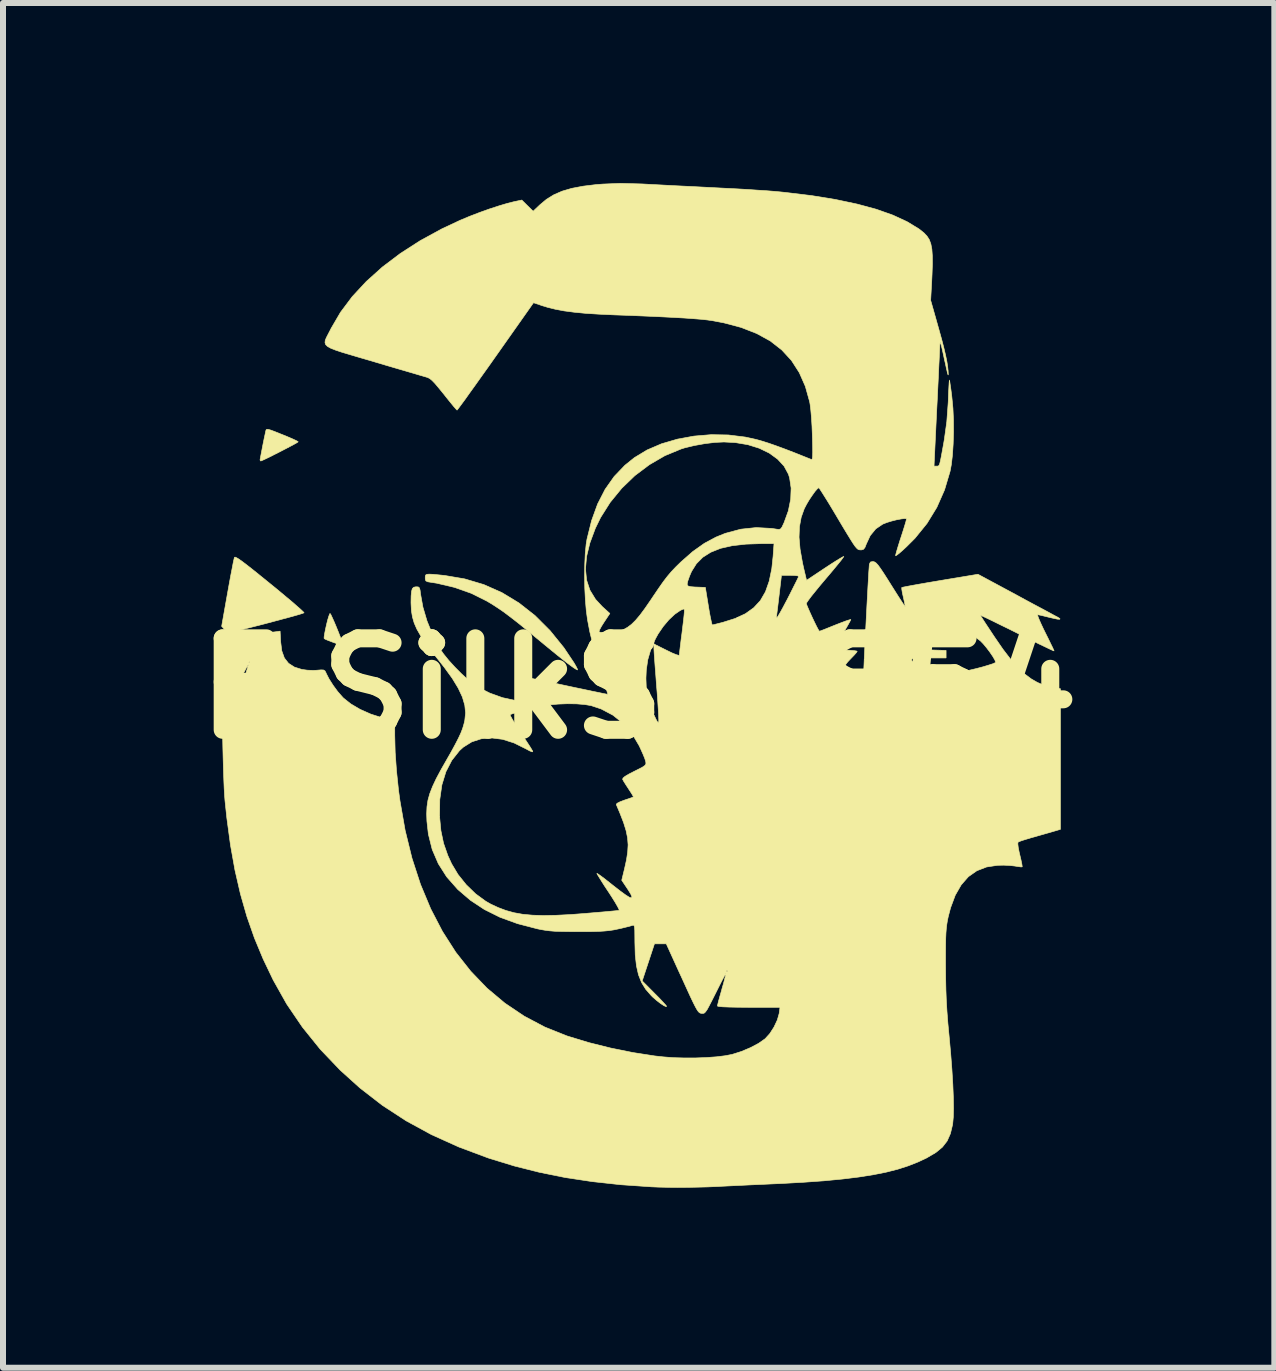
<source format=kicad_pcb>
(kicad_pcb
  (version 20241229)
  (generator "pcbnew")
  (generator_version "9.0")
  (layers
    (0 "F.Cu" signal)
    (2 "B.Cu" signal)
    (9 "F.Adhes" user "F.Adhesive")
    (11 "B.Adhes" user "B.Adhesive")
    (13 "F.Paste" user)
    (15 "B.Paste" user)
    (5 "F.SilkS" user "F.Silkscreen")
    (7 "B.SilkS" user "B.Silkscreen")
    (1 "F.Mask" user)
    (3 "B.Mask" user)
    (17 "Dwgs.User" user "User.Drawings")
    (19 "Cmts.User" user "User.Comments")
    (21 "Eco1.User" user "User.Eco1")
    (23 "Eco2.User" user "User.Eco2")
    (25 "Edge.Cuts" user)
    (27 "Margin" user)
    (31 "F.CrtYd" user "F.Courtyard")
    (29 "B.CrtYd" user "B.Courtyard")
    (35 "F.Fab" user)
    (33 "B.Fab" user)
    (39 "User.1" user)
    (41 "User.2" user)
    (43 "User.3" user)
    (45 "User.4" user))
  (footprint "F.SilkS_g854"
    (layer "F.Cu")
    (at 7.591 8.42)
    (property "Reference" "F.SilkS_g854" (at 0 0 0) (layer "F.SilkS") (effects (font (size 1.524 1.524) (thickness 0.3))))
    (attr through_hole)
    (fp_poly (pts (xy -5.129 -1.231) (xy -5.106 -1.182) (xy -5.074 -1.111) (xy -5.039 -1.028) (xy -5.004 -0.942) (xy -4.972 -0.86) (xy -4.947 -0.794) (xy -4.933 -0.75) (xy -4.932 -0.741) (xy -4.934 -0.727) (xy -4.947 -0.723) (xy -4.978 -0.73) (xy -5.035 -0.748) (xy -5.094 -0.769) (xy -5.164 -0.795) (xy -5.216 -0.817) (xy -5.24 -0.83) (xy -5.241 -0.855) (xy -5.233 -0.909) (xy -5.219 -0.981) (xy -5.201 -1.062) (xy -5.182 -1.139) (xy -5.163 -1.202) (xy -5.148 -1.242) (xy -5.142 -1.249) (xy -5.129 -1.231)) (stroke (width 0.01) (type solid)) (fill yes) (layer "F.SilkS"))
    (fp_poly (pts (xy -6.171 -4.316) (xy -6.129 -4.304) (xy -6.062 -4.279) (xy -5.963 -4.239) (xy -5.937 -4.229) (xy -5.84 -4.189) (xy -5.759 -4.154) (xy -5.701 -4.127) (xy -5.674 -4.111) (xy -5.673 -4.109) (xy -5.69 -4.096) (xy -5.738 -4.069) (xy -5.809 -4.031) (xy -5.895 -3.986) (xy -5.988 -3.938) (xy -6.081 -3.891) (xy -6.166 -3.848) (xy -6.236 -3.815) (xy -6.282 -3.794) (xy -6.297 -3.789) (xy -6.308 -3.805) (xy -6.308 -3.808) (xy -6.304 -3.834) (xy -6.293 -3.892) (xy -6.278 -3.97) (xy -6.261 -4.059) (xy -6.243 -4.148) (xy -6.226 -4.227) (xy -6.214 -4.285) (xy -6.213 -4.29) (xy -6.207 -4.308) (xy -6.195 -4.317) (xy -6.171 -4.316)) (stroke (width 0.01) (type solid)) (fill yes) (layer "F.SilkS"))
    (fp_poly (pts (xy -6.702 -2.179) (xy -6.663 -2.156) (xy -6.605 -2.115) (xy -6.526 -2.055) (xy -6.423 -1.974) (xy -6.293 -1.869) (xy -6.145 -1.749) (xy -6.011 -1.64) (xy -5.889 -1.538) (xy -5.781 -1.448) (xy -5.693 -1.371) (xy -5.626 -1.312) (xy -5.586 -1.274) (xy -5.575 -1.26) (xy -5.596 -1.252) (xy -5.651 -1.234) (xy -5.735 -1.21) (xy -5.843 -1.18) (xy -5.967 -1.147) (xy -6.101 -1.111) (xy -6.24 -1.074) (xy -6.377 -1.039) (xy -6.507 -1.006) (xy -6.623 -0.977) (xy -6.718 -0.954) (xy -6.788 -0.939) (xy -6.826 -0.932) (xy -6.828 -0.932) (xy -6.857 -0.946) (xy -6.896 -0.98) (xy -6.9 -0.983) (xy -6.948 -1.035) (xy -6.849 -1.592) (xy -6.822 -1.742) (xy -6.797 -1.879) (xy -6.774 -1.997) (xy -6.756 -2.092) (xy -6.742 -2.156) (xy -6.735 -2.183) (xy -6.725 -2.188) (xy -6.702 -2.179)) (stroke (width 0.01) (type solid)) (fill yes) (layer "F.SilkS"))
    (fp_poly (pts (xy -3.427 -1.901) (xy -3.332 -1.892) (xy -3.234 -1.882) (xy -2.899 -1.825) (xy -2.58 -1.73) (xy -2.278 -1.596) (xy -1.993 -1.423) (xy -1.726 -1.213) (xy -1.477 -0.964) (xy -1.246 -0.679) (xy -1.078 -0.428) (xy -1.044 -0.369) (xy -1.022 -0.325) (xy -1.019 -0.308) (xy -1.038 -0.316) (xy -1.084 -0.345) (xy -1.146 -0.39) (xy -1.189 -0.422) (xy -1.254 -0.473) (xy -1.344 -0.545) (xy -1.451 -0.632) (xy -1.568 -0.728) (xy -1.688 -0.827) (xy -1.728 -0.86) (xy -1.892 -0.996) (xy -2.031 -1.108) (xy -2.15 -1.2) (xy -2.254 -1.278) (xy -2.351 -1.344) (xy -2.445 -1.405) (xy -2.533 -1.457) (xy -2.79 -1.585) (xy -3.071 -1.684) (xy -3.364 -1.753) (xy -3.455 -1.767) (xy -3.516 -1.777) (xy -3.546 -1.792) (xy -3.555 -1.82) (xy -3.556 -1.843) (xy -3.555 -1.871) (xy -3.548 -1.89) (xy -3.528 -1.901) (xy -3.49 -1.904) (xy -3.427 -1.901)) (stroke (width 0.01) (type solid)) (fill yes) (layer "F.SilkS"))
    (fp_poly (pts (xy 0.03 -8.406) (xy 0.064 -8.405) (xy 0.207 -8.397) (xy 0.379 -8.388) (xy 0.562 -8.378) (xy 0.744 -8.369) (xy 0.889 -8.362) (xy 1.178 -8.347) (xy 1.428 -8.334) (xy 1.645 -8.323) (xy 1.832 -8.312) (xy 1.994 -8.301) (xy 2.134 -8.292) (xy 2.257 -8.282) (xy 2.366 -8.272) (xy 2.443 -8.264) (xy 2.882 -8.211) (xy 3.281 -8.146) (xy 3.64 -8.07) (xy 3.958 -7.984) (xy 4.235 -7.886) (xy 4.471 -7.777) (xy 4.667 -7.658) (xy 4.691 -7.64) (xy 4.754 -7.589) (xy 4.804 -7.536) (xy 4.842 -7.477) (xy 4.868 -7.407) (xy 4.885 -7.319) (xy 4.893 -7.208) (xy 4.894 -7.07) (xy 4.888 -6.898) (xy 4.882 -6.773) (xy 4.865 -6.466) (xy 4.943 -6.191) (xy 5.002 -5.982) (xy 5.05 -5.809) (xy 5.087 -5.666) (xy 5.114 -5.55) (xy 5.134 -5.454) (xy 5.147 -5.375) (xy 5.154 -5.307) (xy 5.155 -5.304) (xy 5.158 -5.25) (xy 5.158 -5.224) (xy 5.153 -5.228) (xy 5.143 -5.265) (xy 5.126 -5.338) (xy 5.102 -5.449) (xy 5.101 -5.45) (xy 5.073 -5.581) (xy 5.052 -5.674) (xy 5.037 -5.733) (xy 5.028 -5.761) (xy 5.022 -5.763) (xy 5.019 -5.742) (xy 5.017 -5.704) (xy 5.015 -5.666) (xy 5.012 -5.59) (xy 5.007 -5.481) (xy 5 -5.344) (xy 4.993 -5.184) (xy 4.984 -5.005) (xy 4.975 -4.812) (xy 4.967 -4.662) (xy 4.921 -3.704) (xy 4.966 -3.704) (xy 4.982 -3.704) (xy 4.995 -3.708) (xy 5.006 -3.72) (xy 5.016 -3.745) (xy 5.027 -3.79) (xy 5.041 -3.859) (xy 5.059 -3.957) (xy 5.083 -4.09) (xy 5.093 -4.149) (xy 5.134 -4.445) (xy 5.157 -4.759) (xy 5.159 -4.8) (xy 5.163 -4.915) (xy 5.168 -5.012) (xy 5.172 -5.086) (xy 5.176 -5.129) (xy 5.178 -5.137) (xy 5.183 -5.115) (xy 5.191 -5.059) (xy 5.203 -4.976) (xy 5.216 -4.875) (xy 5.219 -4.846) (xy 5.236 -4.669) (xy 5.245 -4.475) (xy 5.246 -4.273) (xy 5.24 -4.075) (xy 5.228 -3.889) (xy 5.209 -3.727) (xy 5.189 -3.619) (xy 5.096 -3.307) (xy 4.968 -3.017) (xy 4.804 -2.749) (xy 4.603 -2.501) (xy 4.467 -2.365) (xy 4.397 -2.3) (xy 4.338 -2.249) (xy 4.297 -2.218) (xy 4.281 -2.21) (xy 4.284 -2.232) (xy 4.299 -2.288) (xy 4.323 -2.368) (xy 4.354 -2.468) (xy 4.371 -2.519) (xy 4.405 -2.624) (xy 4.433 -2.714) (xy 4.453 -2.782) (xy 4.462 -2.821) (xy 4.462 -2.827) (xy 4.433 -2.831) (xy 4.375 -2.824) (xy 4.299 -2.81) (xy 4.216 -2.789) (xy 4.137 -2.765) (xy 4.073 -2.74) (xy 4.068 -2.738) (xy 3.951 -2.659) (xy 3.858 -2.546) (xy 3.794 -2.409) (xy 3.77 -2.348) (xy 3.746 -2.318) (xy 3.714 -2.308) (xy 3.694 -2.308) (xy 3.674 -2.31) (xy 3.655 -2.317) (xy 3.634 -2.335) (xy 3.607 -2.366) (xy 3.573 -2.415) (xy 3.528 -2.486) (xy 3.469 -2.582) (xy 3.393 -2.708) (xy 3.323 -2.826) (xy 3.244 -2.959) (xy 3.171 -3.08) (xy 3.107 -3.183) (xy 3.056 -3.264) (xy 3.02 -3.319) (xy 3.002 -3.343) (xy 3.001 -3.344) (xy 2.978 -3.327) (xy 2.939 -3.283) (xy 2.893 -3.219) (xy 2.843 -3.145) (xy 2.798 -3.069) (xy 2.762 -3) (xy 2.76 -2.997) (xy 2.708 -2.852) (xy 2.679 -2.695) (xy 2.672 -2.52) (xy 2.689 -2.322) (xy 2.729 -2.095) (xy 2.751 -1.996) (xy 2.797 -1.801) (xy 3.103 -2.005) (xy 3.202 -2.07) (xy 3.29 -2.126) (xy 3.359 -2.168) (xy 3.403 -2.193) (xy 3.418 -2.199) (xy 3.407 -2.181) (xy 3.373 -2.135) (xy 3.318 -2.067) (xy 3.247 -1.981) (xy 3.163 -1.881) (xy 3.111 -1.82) (xy 3.02 -1.712) (xy 2.94 -1.614) (xy 2.873 -1.531) (xy 2.825 -1.466) (xy 2.798 -1.426) (xy 2.794 -1.416) (xy 2.802 -1.388) (xy 2.825 -1.333) (xy 2.857 -1.26) (xy 2.894 -1.179) (xy 2.932 -1.099) (xy 2.967 -1.028) (xy 2.995 -0.976) (xy 3.011 -0.953) (xy 3.012 -0.953) (xy 3.033 -0.96) (xy 3.086 -0.98) (xy 3.163 -1.011) (xy 3.257 -1.049) (xy 3.277 -1.057) (xy 3.372 -1.094) (xy 3.452 -1.124) (xy 3.508 -1.142) (xy 3.534 -1.148) (xy 3.535 -1.147) (xy 3.524 -1.124) (xy 3.496 -1.073) (xy 3.454 -0.999) (xy 3.402 -0.911) (xy 3.388 -0.889) (xy 3.242 -0.646) (xy 3.441 -0.64) (xy 3.527 -0.635) (xy 3.595 -0.629) (xy 3.634 -0.622) (xy 3.641 -0.618) (xy 3.627 -0.596) (xy 3.59 -0.554) (xy 3.538 -0.5) (xy 3.535 -0.497) (xy 3.482 -0.441) (xy 3.444 -0.392) (xy 3.429 -0.361) (xy 3.429 -0.361) (xy 3.438 -0.324) (xy 3.46 -0.265) (xy 3.481 -0.217) (xy 3.533 -0.106) (xy 3.64 -0.106) (xy 3.703 -0.107) (xy 3.734 -0.115) (xy 3.745 -0.138) (xy 3.746 -0.175) (xy 3.747 -0.219) (xy 3.75 -0.298) (xy 3.755 -0.407) (xy 3.758 -0.477) (xy 4.544 -0.477) (xy 4.561 -0.45) (xy 4.608 -0.411) (xy 4.668 -0.369) (xy 4.769 -0.309) (xy 4.873 -0.267) (xy 4.987 -0.245) (xy 5.115 -0.241) (xy 5.265 -0.255) (xy 5.442 -0.287) (xy 5.627 -0.331) (xy 5.737 -0.36) (xy 5.83 -0.388) (xy 5.901 -0.411) (xy 5.941 -0.429) (xy 5.948 -0.436) (xy 5.935 -0.473) (xy 5.901 -0.532) (xy 5.852 -0.604) (xy 5.796 -0.678) (xy 5.74 -0.745) (xy 5.695 -0.791) (xy 5.575 -0.882) (xy 5.452 -0.936) (xy 5.314 -0.96) (xy 5.249 -0.963) (xy 5.159 -0.96) (xy 5.093 -0.951) (xy 5.037 -0.93) (xy 4.992 -0.905) (xy 4.922 -0.855) (xy 4.847 -0.79) (xy 4.805 -0.746) (xy 4.716 -0.646) (xy 5.122 -0.633) (xy 5.122 -0.508) (xy 4.827 -0.508) (xy 4.699 -0.507) (xy 4.61 -0.503) (xy 4.56 -0.494) (xy 4.544 -0.477) (xy 3.758 -0.477) (xy 3.761 -0.54) (xy 3.768 -0.692) (xy 3.776 -0.857) (xy 3.785 -1.03) (xy 3.794 -1.206) (xy 3.803 -1.38) (xy 3.812 -1.545) (xy 3.82 -1.697) (xy 3.828 -1.83) (xy 3.834 -1.939) (xy 3.84 -2.019) (xy 3.843 -2.064) (xy 3.844 -2.07) (xy 3.861 -2.106) (xy 3.899 -2.114) (xy 3.911 -2.113) (xy 3.933 -2.106) (xy 3.958 -2.088) (xy 3.989 -2.054) (xy 4.029 -1.999) (xy 4.082 -1.92) (xy 4.151 -1.812) (xy 4.201 -1.732) (xy 4.271 -1.621) (xy 4.333 -1.523) (xy 4.384 -1.445) (xy 4.42 -1.39) (xy 4.439 -1.365) (xy 4.44 -1.364) (xy 4.438 -1.386) (xy 4.428 -1.438) (xy 4.412 -1.51) (xy 4.41 -1.52) (xy 4.393 -1.595) (xy 4.384 -1.652) (xy 4.383 -1.68) (xy 4.384 -1.681) (xy 4.406 -1.687) (xy 4.465 -1.699) (xy 4.556 -1.716) (xy 4.673 -1.737) (xy 4.81 -1.761) (xy 4.964 -1.787) (xy 5.023 -1.797) (xy 5.653 -1.902) (xy 6.293 -1.558) (xy 6.445 -1.475) (xy 6.588 -1.398) (xy 6.716 -1.33) (xy 6.824 -1.272) (xy 6.908 -1.226) (xy 6.962 -1.197) (xy 6.982 -1.187) (xy 7.019 -1.163) (xy 7.017 -1.152) (xy 6.977 -1.154) (xy 6.901 -1.17) (xy 6.841 -1.184) (xy 6.76 -1.204) (xy 6.693 -1.22) (xy 6.653 -1.227) (xy 6.648 -1.228) (xy 6.649 -1.21) (xy 6.667 -1.161) (xy 6.699 -1.087) (xy 6.742 -0.995) (xy 6.773 -0.932) (xy 6.824 -0.83) (xy 6.867 -0.741) (xy 6.9 -0.674) (xy 6.918 -0.633) (xy 6.921 -0.625) (xy 6.903 -0.631) (xy 6.852 -0.654) (xy 6.771 -0.693) (xy 6.666 -0.743) (xy 6.541 -0.805) (xy 6.401 -0.874) (xy 6.308 -0.921) (xy 6.16 -0.995) (xy 6.024 -1.061) (xy 5.907 -1.119) (xy 5.81 -1.166) (xy 5.74 -1.199) (xy 5.701 -1.217) (xy 5.694 -1.219) (xy 5.705 -1.199) (xy 5.736 -1.15) (xy 5.784 -1.076) (xy 5.845 -0.984) (xy 5.915 -0.878) (xy 5.931 -0.854) (xy 6.07 -0.652) (xy 6.198 -0.485) (xy 6.316 -0.35) (xy 6.43 -0.242) (xy 6.542 -0.158) (xy 6.641 -0.101) (xy 6.74 -0.058) (xy 6.84 -0.025) (xy 6.911 -0.01) (xy 7.027 0.005) (xy 7.027 2.348) (xy 6.884 2.39) (xy 6.797 2.415) (xy 6.688 2.446) (xy 6.576 2.478) (xy 6.54 2.488) (xy 6.453 2.514) (xy 6.38 2.537) (xy 6.333 2.555) (xy 6.321 2.562) (xy 6.317 2.589) (xy 6.324 2.649) (xy 6.34 2.73) (xy 6.35 2.772) (xy 6.37 2.857) (xy 6.384 2.924) (xy 6.39 2.965) (xy 6.39 2.973) (xy 6.366 2.974) (xy 6.314 2.967) (xy 6.265 2.959) (xy 6.184 2.95) (xy 6.083 2.945) (xy 5.983 2.947) (xy 5.98 2.947) (xy 5.796 2.975) (xy 5.634 3.038) (xy 5.493 3.137) (xy 5.374 3.273) (xy 5.275 3.445) (xy 5.197 3.654) (xy 5.158 3.802) (xy 5.144 3.869) (xy 5.134 3.931) (xy 5.126 3.997) (xy 5.12 4.072) (xy 5.116 4.162) (xy 5.114 4.276) (xy 5.113 4.418) (xy 5.113 4.596) (xy 5.113 4.604) (xy 5.115 4.827) (xy 5.119 5.022) (xy 5.126 5.203) (xy 5.137 5.384) (xy 5.152 5.579) (xy 5.171 5.779) (xy 5.198 6.076) (xy 5.219 6.349) (xy 5.234 6.595) (xy 5.243 6.812) (xy 5.246 6.996) (xy 5.242 7.144) (xy 5.232 7.254) (xy 5.23 7.268) (xy 5.194 7.418) (xy 5.14 7.54) (xy 5.061 7.642) (xy 4.952 7.732) (xy 4.806 7.818) (xy 4.806 7.819) (xy 4.655 7.89) (xy 4.493 7.954) (xy 4.316 8.011) (xy 4.119 8.061) (xy 3.902 8.104) (xy 3.659 8.142) (xy 3.388 8.175) (xy 3.086 8.204) (xy 2.749 8.228) (xy 2.374 8.249) (xy 2.212 8.256) (xy 2.04 8.264) (xy 1.857 8.272) (xy 1.673 8.281) (xy 1.503 8.289) (xy 1.359 8.296) (xy 1.333 8.298) (xy 1.141 8.306) (xy 0.932 8.311) (xy 0.719 8.314) (xy 0.514 8.313) (xy 0.329 8.309) (xy 0.212 8.304) (xy -0.298 8.269) (xy -0.774 8.217) (xy -1.224 8.149) (xy -1.654 8.062) (xy -2.071 7.957) (xy -2.483 7.831) (xy -2.51 7.822) (xy -2.997 7.64) (xy -3.451 7.435) (xy -3.875 7.204) (xy -4.272 6.945) (xy -4.645 6.656) (xy -4.972 6.361) (xy -5.306 6.011) (xy -5.602 5.644) (xy -5.865 5.257) (xy -6.089 4.858) (xy -6.256 4.509) (xy -6.402 4.158) (xy -6.528 3.798) (xy -6.635 3.424) (xy -6.726 3.029) (xy -6.801 2.609) (xy -6.862 2.156) (xy -6.892 1.873) (xy -6.899 1.785) (xy -6.906 1.666) (xy -6.912 1.521) (xy -6.918 1.355) (xy -6.923 1.172) (xy -6.928 0.976) (xy -6.932 0.771) (xy -6.935 0.561) (xy -6.938 0.351) (xy -6.94 0.145) (xy -6.941 -0.019) (xy -6.689 -0.019) (xy -6.685 -0.003) (xy -6.669 0) (xy -6.647 -0.008) (xy -6.625 -0.038) (xy -6.599 -0.094) (xy -6.567 -0.185) (xy -6.564 -0.194) (xy -6.537 -0.278) (xy -6.516 -0.345) (xy -6.505 -0.386) (xy -6.505 -0.395) (xy -6.516 -0.379) (xy -6.541 -0.334) (xy -6.577 -0.265) (xy -6.61 -0.2) (xy -6.654 -0.111) (xy -6.679 -0.053) (xy -6.689 -0.019) (xy -6.941 -0.019) (xy -6.941 -0.052) (xy -6.942 -0.237) (xy -6.941 -0.406) (xy -6.941 -0.434) (xy -6.498 -0.434) (xy -6.488 -0.423) (xy -6.477 -0.434) (xy -6.488 -0.445) (xy -6.498 -0.434) (xy -6.941 -0.434) (xy -6.94 -0.553) (xy -6.937 -0.675) (xy -6.934 -0.767) (xy -6.929 -0.826) (xy -6.924 -0.847) (xy -6.924 -0.847) (xy -6.895 -0.849) (xy -6.833 -0.855) (xy -6.744 -0.865) (xy -6.637 -0.876) (xy -6.52 -0.889) (xy -6.4 -0.902) (xy -6.286 -0.915) (xy -6.186 -0.927) (xy -6.107 -0.937) (xy -6.062 -0.942) (xy -5.974 -0.954) (xy -5.965 -0.778) (xy -5.946 -0.626) (xy -5.903 -0.507) (xy -5.833 -0.418) (xy -5.735 -0.355) (xy -5.61 -0.316) (xy -5.521 -0.304) (xy -5.42 -0.3) (xy -5.364 -0.303) (xy -5.292 -0.309) (xy -5.25 -0.307) (xy -5.227 -0.293) (xy -5.211 -0.264) (xy -5.206 -0.251) (xy -5.159 -0.159) (xy -5.091 -0.052) (xy -5.014 0.053) (xy -4.936 0.142) (xy -4.919 0.16) (xy -4.796 0.258) (xy -4.641 0.349) (xy -4.463 0.428) (xy -4.273 0.489) (xy -4.143 0.519) (xy -4.064 0.534) (xy -4.064 0.784) (xy -4.057 1.064) (xy -4.035 1.372) (xy -4.001 1.697) (xy -3.977 1.873) (xy -3.891 2.365) (xy -3.777 2.829) (xy -3.635 3.265) (xy -3.465 3.672) (xy -3.269 4.049) (xy -3.047 4.396) (xy -2.799 4.711) (xy -2.527 4.994) (xy -2.229 5.244) (xy -1.908 5.46) (xy -1.564 5.642) (xy -1.197 5.789) (xy -1.175 5.796) (xy -0.83 5.901) (xy -0.465 5.992) (xy -0.094 6.067) (xy 0.266 6.123) (xy 0.411 6.139) (xy 0.577 6.152) (xy 0.757 6.157) (xy 0.944 6.157) (xy 1.126 6.15) (xy 1.295 6.138) (xy 1.441 6.12) (xy 1.555 6.098) (xy 1.556 6.098) (xy 1.714 6.048) (xy 1.865 5.984) (xy 1.999 5.913) (xy 2.104 5.839) (xy 2.108 5.836) (xy 2.185 5.751) (xy 2.255 5.642) (xy 2.31 5.525) (xy 2.341 5.417) (xy 2.342 5.41) (xy 2.355 5.313) (xy 1.834 5.313) (xy 1.648 5.312) (xy 1.504 5.309) (xy 1.401 5.305) (xy 1.337 5.299) (xy 1.313 5.292) (xy 1.312 5.29) (xy 1.318 5.262) (xy 1.333 5.202) (xy 1.356 5.119) (xy 1.384 5.021) (xy 1.386 5.011) (xy 1.414 4.914) (xy 1.435 4.833) (xy 1.45 4.775) (xy 1.454 4.75) (xy 1.454 4.749) (xy 1.443 4.765) (xy 1.417 4.813) (xy 1.378 4.887) (xy 1.33 4.982) (xy 1.28 5.082) (xy 1.219 5.203) (xy 1.174 5.29) (xy 1.141 5.351) (xy 1.115 5.388) (xy 1.095 5.408) (xy 1.075 5.415) (xy 1.052 5.415) (xy 1.049 5.414) (xy 1.03 5.411) (xy 1.013 5.403) (xy 0.994 5.385) (xy 0.972 5.353) (xy 0.945 5.305) (xy 0.909 5.234) (xy 0.863 5.138) (xy 0.805 5.011) (xy 0.732 4.851) (xy 0.723 4.831) (xy 0.667 4.71) (xy 1.46 4.71) (xy 1.471 4.72) (xy 1.482 4.71) (xy 1.471 4.699) (xy 1.46 4.71) (xy 0.667 4.71) (xy 0.46 4.255) (xy 0.263 4.255) (xy 0.059 4.873) (xy 0.262 5.078) (xy 0.337 5.153) (xy 0.399 5.219) (xy 0.443 5.267) (xy 0.465 5.294) (xy 0.466 5.297) (xy 0.451 5.3) (xy 0.413 5.281) (xy 0.359 5.245) (xy 0.297 5.197) (xy 0.235 5.143) (xy 0.209 5.117) (xy 0.118 5.013) (xy 0.048 4.9) (xy -0.003 4.771) (xy -0.037 4.621) (xy -0.057 4.442) (xy -0.063 4.229) (xy -0.063 4.226) (xy -0.064 4.109) (xy -0.065 4.029) (xy -0.069 3.979) (xy -0.076 3.953) (xy -0.086 3.944) (xy -0.101 3.947) (xy -0.137 3.958) (xy -0.203 3.975) (xy -0.288 3.996) (xy -0.339 4.007) (xy -0.414 4.023) (xy -0.487 4.034) (xy -0.566 4.042) (xy -0.659 4.048) (xy -0.774 4.051) (xy -0.919 4.052) (xy -1.005 4.052) (xy -1.167 4.051) (xy -1.295 4.049) (xy -1.398 4.046) (xy -1.483 4.039) (xy -1.56 4.029) (xy -1.636 4.016) (xy -1.693 4.004) (xy -2.019 3.919) (xy -2.31 3.813) (xy -2.571 3.683) (xy -2.804 3.529) (xy -3.015 3.348) (xy -3.021 3.341) (xy -3.199 3.139) (xy -3.338 2.92) (xy -3.44 2.683) (xy -3.504 2.427) (xy -3.528 2.212) (xy -3.531 2.126) (xy -3.317 2.126) (xy -3.317 2.138) (xy -3.295 2.37) (xy -3.251 2.58) (xy -3.18 2.783) (xy -3.117 2.921) (xy -3.01 3.1) (xy -2.873 3.271) (xy -2.716 3.423) (xy -2.548 3.546) (xy -2.466 3.593) (xy -2.339 3.652) (xy -2.211 3.7) (xy -2.077 3.737) (xy -1.932 3.763) (xy -1.77 3.778) (xy -1.588 3.784) (xy -1.379 3.78) (xy -1.139 3.768) (xy -0.862 3.747) (xy -0.855 3.746) (xy -0.713 3.734) (xy -0.583 3.723) (xy -0.474 3.713) (xy -0.39 3.705) (xy -0.339 3.7) (xy -0.325 3.699) (xy -0.328 3.68) (xy -0.352 3.633) (xy -0.393 3.562) (xy -0.448 3.474) (xy -0.502 3.391) (xy -0.568 3.292) (xy -0.623 3.205) (xy -0.665 3.137) (xy -0.691 3.094) (xy -0.696 3.081) (xy -0.678 3.091) (xy -0.632 3.123) (xy -0.565 3.173) (xy -0.483 3.238) (xy -0.426 3.283) (xy -0.305 3.377) (xy -0.214 3.443) (xy -0.153 3.481) (xy -0.119 3.491) (xy -0.113 3.472) (xy -0.132 3.426) (xy -0.177 3.353) (xy -0.183 3.344) (xy -0.282 3.196) (xy -0.237 3.011) (xy -0.203 2.858) (xy -0.183 2.726) (xy -0.176 2.606) (xy -0.185 2.49) (xy -0.21 2.368) (xy -0.252 2.233) (xy -0.313 2.076) (xy -0.373 1.934) (xy -0.36 1.914) (xy -0.311 1.889) (xy -0.24 1.862) (xy -0.168 1.838) (xy -0.114 1.819) (xy -0.089 1.809) (xy -0.088 1.809) (xy -0.096 1.789) (xy -0.122 1.745) (xy -0.162 1.684) (xy -0.168 1.674) (xy -0.212 1.607) (xy -0.248 1.55) (xy -0.267 1.516) (xy -0.267 1.515) (xy -0.261 1.494) (xy -0.227 1.465) (xy -0.161 1.426) (xy -0.075 1.382) (xy 0.015 1.337) (xy 0.074 1.305) (xy 0.106 1.281) (xy 0.12 1.259) (xy 0.12 1.235) (xy 0.117 1.217) (xy 0.103 1.171) (xy 0.074 1.099) (xy 0.035 1.012) (xy 0.009 0.956) (xy -0.111 0.753) (xy -0.258 0.582) (xy -0.43 0.445) (xy -0.625 0.342) (xy -0.793 0.286) (xy -0.9 0.268) (xy -1.036 0.257) (xy -1.188 0.255) (xy -1.343 0.261) (xy -1.49 0.275) (xy -1.569 0.287) (xy -1.653 0.304) (xy -1.751 0.327) (xy -1.855 0.353) (xy -1.956 0.379) (xy -2.044 0.404) (xy -2.109 0.424) (xy -2.142 0.437) (xy -2.136 0.457) (xy -2.11 0.505) (xy -2.067 0.577) (xy -2.011 0.665) (xy -1.967 0.732) (xy -1.902 0.831) (xy -1.844 0.919) (xy -1.799 0.989) (xy -1.771 1.036) (xy -1.764 1.05) (xy -1.773 1.057) (xy -1.813 1.042) (xy -1.878 1.007) (xy -2.075 0.909) (xy -2.267 0.848) (xy -2.45 0.825) (xy -2.622 0.839) (xy -2.78 0.89) (xy -2.921 0.978) (xy -2.985 1.036) (xy -3.114 1.199) (xy -3.212 1.389) (xy -3.279 1.608) (xy -3.314 1.853) (xy -3.317 2.126) (xy -3.531 2.126) (xy -3.532 2.086) (xy -3.527 1.972) (xy -3.511 1.864) (xy -3.481 1.755) (xy -3.435 1.636) (xy -3.372 1.502) (xy -3.288 1.345) (xy -3.213 1.214) (xy -3.124 1.058) (xy -3.055 0.931) (xy -3.002 0.828) (xy -2.962 0.742) (xy -2.933 0.667) (xy -2.912 0.596) (xy -2.897 0.534) (xy -2.884 0.408) (xy -2.897 0.28) (xy -2.937 0.143) (xy -3.006 -0.004) (xy -3.105 -0.167) (xy -3.237 -0.349) (xy -3.303 -0.433) (xy -3.438 -0.604) (xy -3.547 -0.749) (xy -3.631 -0.875) (xy -3.695 -0.987) (xy -3.74 -1.09) (xy -3.769 -1.19) (xy -3.786 -1.293) (xy -3.792 -1.404) (xy -3.793 -1.432) (xy -3.791 -1.542) (xy -3.784 -1.617) (xy -3.771 -1.663) (xy -3.747 -1.686) (xy -3.712 -1.693) (xy -3.706 -1.693) (xy -3.672 -1.691) (xy -3.653 -1.675) (xy -3.642 -1.638) (xy -3.634 -1.572) (xy -3.595 -1.355) (xy -3.527 -1.125) (xy -3.432 -0.892) (xy -3.317 -0.67) (xy -3.253 -0.577) (xy -3.165 -0.468) (xy -3.061 -0.354) (xy -2.951 -0.243) (xy -2.841 -0.143) (xy -2.741 -0.063) (xy -2.683 -0.024) (xy -2.48 0.078) (xy -2.269 0.154) (xy -2.061 0.199) (xy -1.9 0.211) (xy -1.834 0.21) (xy -1.79 0.205) (xy -1.778 0.201) (xy -1.787 0.178) (xy -1.811 0.127) (xy -1.846 0.054) (xy -1.875 -0.003) (xy -1.914 -0.083) (xy -1.945 -0.149) (xy -1.962 -0.19) (xy -1.965 -0.201) (xy -1.943 -0.198) (xy -1.885 -0.187) (xy -1.795 -0.169) (xy -1.678 -0.145) (xy -1.538 -0.116) (xy -1.381 -0.083) (xy -1.238 -0.052) (xy -1.07 -0.016) (xy -0.916 0.016) (xy -0.78 0.045) (xy -0.667 0.068) (xy -0.582 0.086) (xy -0.529 0.096) (xy -0.514 0.098) (xy -0.519 0.077) (xy -0.535 0.025) (xy -0.561 -0.052) (xy -0.593 -0.145) (xy -0.595 -0.149) (xy -0.601 -0.169) (xy 0.121 -0.169) (xy 0.127 -0.004) (xy 0.147 0.138) (xy 0.186 0.275) (xy 0.247 0.425) (xy 0.251 0.433) (xy 0.288 0.512) (xy 0.312 0.556) (xy 0.327 0.568) (xy 0.334 0.553) (xy 0.335 0.547) (xy 0.335 0.511) (xy 0.332 0.44) (xy 0.326 0.339) (xy 0.318 0.215) (xy 0.308 0.073) (xy 0.297 -0.059) (xy 0.286 -0.211) (xy 0.275 -0.352) (xy 0.266 -0.475) (xy 0.259 -0.575) (xy 0.255 -0.645) (xy 0.254 -0.675) (xy 0.254 -0.741) (xy 0.466 -0.635) (xy 0.559 -0.59) (xy 0.628 -0.562) (xy 0.669 -0.551) (xy 0.677 -0.555) (xy 0.68 -0.585) (xy 0.687 -0.648) (xy 0.698 -0.738) (xy 0.711 -0.846) (xy 0.72 -0.91) (xy 0.734 -1.027) (xy 0.747 -1.132) (xy 0.756 -1.216) (xy 0.761 -1.272) (xy 0.762 -1.286) (xy 0.76 -1.317) (xy 0.746 -1.323) (xy 0.709 -1.307) (xy 0.693 -1.299) (xy 0.601 -1.236) (xy 0.503 -1.144) (xy 0.408 -1.031) (xy 0.324 -0.908) (xy 0.279 -0.826) (xy 0.201 -0.647) (xy 0.152 -0.479) (xy 0.127 -0.306) (xy 0.121 -0.169) (xy -0.601 -0.169) (xy -0.716 -0.537) (xy -0.814 -0.943) (xy -0.852 -1.142) (xy -0.873 -1.298) (xy -0.888 -1.478) (xy -0.898 -1.674) (xy -0.901 -1.873) (xy -0.899 -1.993) (xy -0.886 -1.993) (xy -0.868 -1.806) (xy -0.812 -1.637) (xy -0.719 -1.485) (xy -0.606 -1.363) (xy -0.48 -1.249) (xy -0.577 -1.103) (xy -0.62 -1.035) (xy -0.65 -0.979) (xy -0.661 -0.947) (xy -0.66 -0.942) (xy -0.628 -0.933) (xy -0.567 -0.931) (xy -0.488 -0.936) (xy -0.403 -0.945) (xy -0.324 -0.959) (xy -0.264 -0.976) (xy -0.251 -0.981) (xy -0.184 -1.019) (xy -0.119 -1.068) (xy -0.052 -1.134) (xy 0.021 -1.22) (xy 0.104 -1.332) (xy 0.202 -1.474) (xy 0.24 -1.531) (xy 0.333 -1.668) (xy 0.38 -1.735) (xy 0.807 -1.735) (xy 0.822 -1.707) (xy 0.866 -1.695) (xy 0.944 -1.689) (xy 0.957 -1.689) (xy 1.111 -1.683) (xy 1.162 -1.371) (xy 1.18 -1.262) (xy 1.198 -1.169) (xy 1.213 -1.101) (xy 1.223 -1.063) (xy 1.227 -1.058) (xy 1.253 -1.063) (xy 1.308 -1.077) (xy 1.384 -1.096) (xy 1.406 -1.102) (xy 1.609 -1.166) (xy 1.628 -1.175) (xy 2.294 -1.175) (xy 2.3 -1.173) (xy 2.322 -1.204) (xy 2.358 -1.265) (xy 2.405 -1.35) (xy 2.46 -1.454) (xy 2.475 -1.482) (xy 2.533 -1.596) (xy 2.584 -1.698) (xy 2.626 -1.781) (xy 2.654 -1.839) (xy 2.666 -1.867) (xy 2.666 -1.868) (xy 2.647 -1.876) (xy 2.597 -1.882) (xy 2.526 -1.884) (xy 2.523 -1.884) (xy 2.379 -1.884) (xy 2.341 -1.561) (xy 2.327 -1.444) (xy 2.314 -1.336) (xy 2.303 -1.249) (xy 2.296 -1.19) (xy 2.294 -1.175) (xy 1.628 -1.175) (xy 1.779 -1.245) (xy 1.917 -1.344) (xy 2.028 -1.464) (xy 2.113 -1.611) (xy 2.175 -1.787) (xy 2.218 -1.995) (xy 2.24 -2.203) (xy 2.255 -2.413) (xy 2.054 -2.413) (xy 1.788 -2.404) (xy 1.559 -2.378) (xy 1.364 -2.334) (xy 1.201 -2.269) (xy 1.068 -2.185) (xy 0.962 -2.078) (xy 0.881 -1.949) (xy 0.847 -1.87) (xy 0.818 -1.787) (xy 0.807 -1.735) (xy 0.38 -1.735) (xy 0.41 -1.778) (xy 0.479 -1.868) (xy 0.547 -1.948) (xy 0.62 -2.025) (xy 0.704 -2.107) (xy 0.901 -2.28) (xy 1.094 -2.417) (xy 1.29 -2.522) (xy 1.446 -2.585) (xy 1.702 -2.653) (xy 1.957 -2.68) (xy 2.217 -2.666) (xy 2.301 -2.653) (xy 2.339 -2.649) (xy 2.365 -2.658) (xy 2.388 -2.688) (xy 2.416 -2.748) (xy 2.423 -2.763) (xy 2.494 -2.959) (xy 2.533 -3.153) (xy 2.54 -3.338) (xy 2.515 -3.507) (xy 2.495 -3.57) (xy 2.423 -3.703) (xy 2.315 -3.82) (xy 2.176 -3.921) (xy 2.009 -4.002) (xy 1.82 -4.061) (xy 1.611 -4.096) (xy 1.421 -4.106) (xy 1.27 -4.099) (xy 1.099 -4.078) (xy 0.927 -4.047) (xy 0.769 -4.009) (xy 0.708 -3.99) (xy 0.437 -3.878) (xy 0.179 -3.728) (xy -0.063 -3.546) (xy -0.282 -3.335) (xy -0.474 -3.101) (xy -0.634 -2.848) (xy -0.722 -2.668) (xy -0.813 -2.423) (xy -0.868 -2.198) (xy -0.886 -1.993) (xy -0.899 -1.993) (xy -0.898 -2.068) (xy -0.89 -2.247) (xy -0.875 -2.402) (xy -0.861 -2.487) (xy -0.784 -2.797) (xy -0.684 -3.073) (xy -0.559 -3.317) (xy -0.408 -3.531) (xy -0.23 -3.717) (xy -0.071 -3.845) (xy 0.141 -3.973) (xy 0.381 -4.076) (xy 0.644 -4.153) (xy 0.921 -4.204) (xy 1.207 -4.228) (xy 1.494 -4.223) (xy 1.777 -4.188) (xy 1.955 -4.149) (xy 2.051 -4.122) (xy 2.159 -4.088) (xy 2.283 -4.045) (xy 2.43 -3.991) (xy 2.604 -3.924) (xy 2.809 -3.842) (xy 2.877 -3.815) (xy 2.887 -3.816) (xy 2.894 -3.833) (xy 2.898 -3.87) (xy 2.9 -3.933) (xy 2.899 -4.026) (xy 2.896 -4.154) (xy 2.894 -4.214) (xy 2.888 -4.369) (xy 2.879 -4.514) (xy 2.868 -4.639) (xy 2.856 -4.736) (xy 2.849 -4.776) (xy 2.777 -5.033) (xy 2.676 -5.262) (xy 2.546 -5.464) (xy 2.385 -5.639) (xy 2.193 -5.789) (xy 1.967 -5.913) (xy 1.709 -6.014) (xy 1.415 -6.092) (xy 1.228 -6.127) (xy 1.145 -6.139) (xy 1.043 -6.15) (xy 0.917 -6.16) (xy 0.765 -6.171) (xy 0.584 -6.181) (xy 0.371 -6.192) (xy 0.124 -6.203) (xy -0.161 -6.215) (xy -0.392 -6.223) (xy -0.654 -6.235) (xy -0.88 -6.249) (xy -1.074 -6.268) (xy -1.242 -6.29) (xy -1.39 -6.318) (xy -1.522 -6.351) (xy -1.607 -6.377) (xy -1.752 -6.426) (xy -2.383 -5.531) (xy -2.505 -5.358) (xy -2.62 -5.197) (xy -2.725 -5.049) (xy -2.818 -4.92) (xy -2.896 -4.81) (xy -2.959 -4.725) (xy -3.002 -4.667) (xy -3.024 -4.639) (xy -3.026 -4.637) (xy -3.042 -4.653) (xy -3.08 -4.696) (xy -3.134 -4.762) (xy -3.201 -4.845) (xy -3.245 -4.901) (xy -3.329 -5.004) (xy -3.392 -5.079) (xy -3.441 -5.13) (xy -3.48 -5.162) (xy -3.515 -5.18) (xy -3.531 -5.185) (xy -3.568 -5.196) (xy -3.641 -5.217) (xy -3.745 -5.248) (xy -3.875 -5.286) (xy -4.026 -5.33) (xy -4.193 -5.379) (xy -4.372 -5.432) (xy -4.424 -5.448) (xy -4.634 -5.509) (xy -4.806 -5.56) (xy -4.944 -5.601) (xy -5.052 -5.637) (xy -5.13 -5.668) (xy -5.184 -5.698) (xy -5.215 -5.728) (xy -5.226 -5.761) (xy -5.222 -5.8) (xy -5.203 -5.846) (xy -5.174 -5.902) (xy -5.138 -5.971) (xy -5.123 -6.001) (xy -4.967 -6.268) (xy -4.772 -6.528) (xy -4.539 -6.779) (xy -4.271 -7.02) (xy -3.971 -7.247) (xy -3.64 -7.46) (xy -3.281 -7.656) (xy -2.974 -7.8) (xy -2.821 -7.864) (xy -2.655 -7.928) (xy -2.488 -7.988) (xy -2.328 -8.04) (xy -2.187 -8.082) (xy -2.075 -8.11) (xy -1.947 -8.137) (xy -1.853 -8.044) (xy -1.758 -7.951) (xy -1.645 -8.058) (xy -1.535 -8.15) (xy -1.413 -8.225) (xy -1.275 -8.285) (xy -1.115 -8.332) (xy -0.926 -8.368) (xy -0.704 -8.395) (xy -0.597 -8.403) (xy -0.302 -8.415) (xy 0.03 -8.406)) (stroke (width 0.01) (type solid)) (fill yes) (layer "F.SilkS")))
  (gr_rect
    (start -3 -3)
    (end 18.182 19.738)
    (stroke (width 0.1) (type default))
    (fill no)
    (layer "Edge.Cuts")))
</source>
